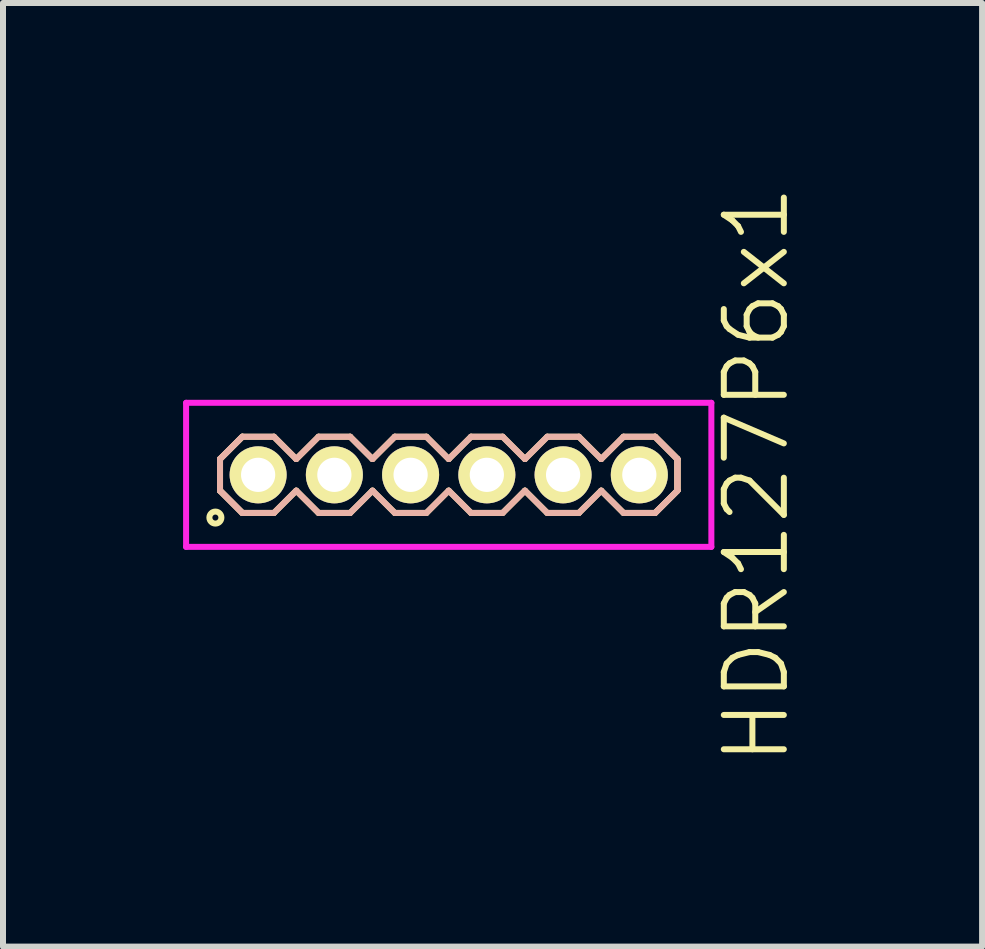
<source format=kicad_pcb>
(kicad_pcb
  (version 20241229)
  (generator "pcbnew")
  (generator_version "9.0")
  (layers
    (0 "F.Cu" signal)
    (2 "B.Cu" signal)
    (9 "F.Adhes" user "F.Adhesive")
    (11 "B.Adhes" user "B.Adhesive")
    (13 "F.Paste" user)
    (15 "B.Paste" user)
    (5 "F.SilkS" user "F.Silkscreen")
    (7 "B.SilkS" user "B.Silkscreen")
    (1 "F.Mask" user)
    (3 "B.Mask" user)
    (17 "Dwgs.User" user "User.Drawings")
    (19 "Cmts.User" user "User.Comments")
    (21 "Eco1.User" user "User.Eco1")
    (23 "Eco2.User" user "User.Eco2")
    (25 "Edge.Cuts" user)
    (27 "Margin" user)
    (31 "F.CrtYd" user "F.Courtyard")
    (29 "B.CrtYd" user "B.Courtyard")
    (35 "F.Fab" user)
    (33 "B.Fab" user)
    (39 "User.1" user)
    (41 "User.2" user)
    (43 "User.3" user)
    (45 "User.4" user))
  (footprint "HDR127P6x1"
    (layer "F.Cu")
    (at 4.425 4.86)
    (property "Reference" "HDR127P6x1" (at 5.125 0 90) (layer "F.SilkS") (effects (font (size 1 1) (thickness 0.1))))
    (attr through_hole)
    (fp_line (start -3.81 -0.263) (end -3.438 -0.635) (stroke (width 0.1) (type solid)) (layer "F.SilkS"))
    (fp_line (start -3.81 -0.263) (end -3.438 -0.635) (stroke (width 0.1) (type solid)) (layer "F.SilkS"))
    (fp_line (start -3.81 0.263) (end -3.81 -0.263) (stroke (width 0.1) (type solid)) (layer "F.SilkS"))
    (fp_line (start -3.81 0.263) (end -3.81 -0.263) (stroke (width 0.1) (type solid)) (layer "F.SilkS"))
    (fp_line (start -3.438 -0.635) (end -2.912 -0.635) (stroke (width 0.1) (type solid)) (layer "F.SilkS"))
    (fp_line (start -3.438 0.635) (end -3.81 0.263) (stroke (width 0.1) (type solid)) (layer "F.SilkS"))
    (fp_line (start -3.438 0.635) (end -3.81 0.263) (stroke (width 0.1) (type solid)) (layer "F.SilkS"))
    (fp_line (start -2.912 -0.635) (end -2.54 -0.263) (stroke (width 0.1) (type solid)) (layer "F.SilkS"))
    (fp_line (start -2.912 0.635) (end -3.438 0.635) (stroke (width 0.1) (type solid)) (layer "F.SilkS"))
    (fp_line (start -2.54 -0.263) (end -2.168 -0.635) (stroke (width 0.1) (type solid)) (layer "F.SilkS"))
    (fp_line (start -2.54 0.263) (end -2.912 0.635) (stroke (width 0.1) (type solid)) (layer "F.SilkS"))
    (fp_line (start -2.168 -0.635) (end -1.642 -0.635) (stroke (width 0.1) (type solid)) (layer "F.SilkS"))
    (fp_line (start -2.168 0.635) (end -2.54 0.263) (stroke (width 0.1) (type solid)) (layer "F.SilkS"))
    (fp_line (start -1.642 -0.635) (end -1.27 -0.263) (stroke (width 0.1) (type solid)) (layer "F.SilkS"))
    (fp_line (start -1.642 0.635) (end -2.168 0.635) (stroke (width 0.1) (type solid)) (layer "F.SilkS"))
    (fp_line (start -1.27 -0.263) (end -0.898 -0.635) (stroke (width 0.1) (type solid)) (layer "F.SilkS"))
    (fp_line (start -1.27 0.263) (end -1.642 0.635) (stroke (width 0.1) (type solid)) (layer "F.SilkS"))
    (fp_line (start -0.898 -0.635) (end -0.372 -0.635) (stroke (width 0.1) (type solid)) (layer "F.SilkS"))
    (fp_line (start -0.898 0.635) (end -1.27 0.263) (stroke (width 0.1) (type solid)) (layer "F.SilkS"))
    (fp_line (start -0.372 -0.635) (end 0 -0.263) (stroke (width 0.1) (type solid)) (layer "F.SilkS"))
    (fp_line (start -0.372 0.635) (end -0.898 0.635) (stroke (width 0.1) (type solid)) (layer "F.SilkS"))
    (fp_line (start 0 -0.263) (end 0.372 -0.635) (stroke (width 0.1) (type solid)) (layer "F.SilkS"))
    (fp_line (start 0 0.263) (end -0.372 0.635) (stroke (width 0.1) (type solid)) (layer "F.SilkS"))
    (fp_line (start 0.372 -0.635) (end 0.898 -0.635) (stroke (width 0.1) (type solid)) (layer "F.SilkS"))
    (fp_line (start 0.372 0.635) (end 0 0.263) (stroke (width 0.1) (type solid)) (layer "F.SilkS"))
    (fp_line (start 0.898 -0.635) (end 1.27 -0.263) (stroke (width 0.1) (type solid)) (layer "F.SilkS"))
    (fp_line (start 0.898 0.635) (end 0.372 0.635) (stroke (width 0.1) (type solid)) (layer "F.SilkS"))
    (fp_line (start 1.27 -0.263) (end 1.642 -0.635) (stroke (width 0.1) (type solid)) (layer "F.SilkS"))
    (fp_line (start 1.27 0.263) (end 0.898 0.635) (stroke (width 0.1) (type solid)) (layer "F.SilkS"))
    (fp_line (start 1.642 -0.635) (end 2.168 -0.635) (stroke (width 0.1) (type solid)) (layer "F.SilkS"))
    (fp_line (start 1.642 0.635) (end 1.27 0.263) (stroke (width 0.1) (type solid)) (layer "F.SilkS"))
    (fp_line (start 2.168 -0.635) (end 2.54 -0.263) (stroke (width 0.1) (type solid)) (layer "F.SilkS"))
    (fp_line (start 2.168 0.635) (end 1.642 0.635) (stroke (width 0.1) (type solid)) (layer "F.SilkS"))
    (fp_line (start 2.54 -0.263) (end 2.912 -0.635) (stroke (width 0.1) (type solid)) (layer "F.SilkS"))
    (fp_line (start 2.54 0.263) (end 2.168 0.635) (stroke (width 0.1) (type solid)) (layer "F.SilkS"))
    (fp_line (start 2.912 -0.635) (end 3.438 -0.635) (stroke (width 0.1) (type solid)) (layer "F.SilkS"))
    (fp_line (start 2.912 0.635) (end 2.54 0.263) (stroke (width 0.1) (type solid)) (layer "F.SilkS"))
    (fp_line (start 3.438 -0.635) (end 3.81 -0.263) (stroke (width 0.1) (type solid)) (layer "F.SilkS"))
    (fp_line (start 3.438 -0.635) (end 3.81 -0.263) (stroke (width 0.1) (type solid)) (layer "F.SilkS"))
    (fp_line (start 3.438 0.635) (end 2.912 0.635) (stroke (width 0.1) (type solid)) (layer "F.SilkS"))
    (fp_line (start 3.81 -0.263) (end 3.81 0.263) (stroke (width 0.1) (type solid)) (layer "F.SilkS"))
    (fp_line (start 3.81 -0.263) (end 3.81 0.263) (stroke (width 0.1) (type solid)) (layer "F.SilkS"))
    (fp_line (start 3.81 0.263) (end 3.438 0.635) (stroke (width 0.1) (type solid)) (layer "F.SilkS"))
    (fp_line (start 3.81 0.263) (end 3.438 0.635) (stroke (width 0.1) (type solid)) (layer "F.SilkS"))
    (fp_circle (center -3.887 0.712) (end -3.787 0.712) (stroke (width 0.1) (type solid)) (fill no) (layer "F.SilkS"))
    (fp_line (start -3.81 -0.263) (end -3.438 -0.635) (stroke (width 0.1) (type solid)) (layer "B.SilkS"))
    (fp_line (start -3.81 -0.263) (end -3.438 -0.635) (stroke (width 0.1) (type solid)) (layer "B.SilkS"))
    (fp_line (start -3.81 0.263) (end -3.81 -0.263) (stroke (width 0.1) (type solid)) (layer "B.SilkS"))
    (fp_line (start -3.81 0.263) (end -3.81 -0.263) (stroke (width 0.1) (type solid)) (layer "B.SilkS"))
    (fp_line (start -3.438 -0.635) (end -2.912 -0.635) (stroke (width 0.1) (type solid)) (layer "B.SilkS"))
    (fp_line (start -3.438 0.635) (end -3.81 0.263) (stroke (width 0.1) (type solid)) (layer "B.SilkS"))
    (fp_line (start -3.438 0.635) (end -3.81 0.263) (stroke (width 0.1) (type solid)) (layer "B.SilkS"))
    (fp_line (start -2.912 -0.635) (end -2.54 -0.263) (stroke (width 0.1) (type solid)) (layer "B.SilkS"))
    (fp_line (start -2.912 0.635) (end -3.438 0.635) (stroke (width 0.1) (type solid)) (layer "B.SilkS"))
    (fp_line (start -2.54 -0.263) (end -2.168 -0.635) (stroke (width 0.1) (type solid)) (layer "B.SilkS"))
    (fp_line (start -2.54 0.263) (end -2.912 0.635) (stroke (width 0.1) (type solid)) (layer "B.SilkS"))
    (fp_line (start -2.168 -0.635) (end -1.642 -0.635) (stroke (width 0.1) (type solid)) (layer "B.SilkS"))
    (fp_line (start -2.168 0.635) (end -2.54 0.263) (stroke (width 0.1) (type solid)) (layer "B.SilkS"))
    (fp_line (start -1.642 -0.635) (end -1.27 -0.263) (stroke (width 0.1) (type solid)) (layer "B.SilkS"))
    (fp_line (start -1.642 0.635) (end -2.168 0.635) (stroke (width 0.1) (type solid)) (layer "B.SilkS"))
    (fp_line (start -1.27 -0.263) (end -0.898 -0.635) (stroke (width 0.1) (type solid)) (layer "B.SilkS"))
    (fp_line (start -1.27 0.263) (end -1.642 0.635) (stroke (width 0.1) (type solid)) (layer "B.SilkS"))
    (fp_line (start -0.898 -0.635) (end -0.372 -0.635) (stroke (width 0.1) (type solid)) (layer "B.SilkS"))
    (fp_line (start -0.898 0.635) (end -1.27 0.263) (stroke (width 0.1) (type solid)) (layer "B.SilkS"))
    (fp_line (start -0.372 -0.635) (end 0 -0.263) (stroke (width 0.1) (type solid)) (layer "B.SilkS"))
    (fp_line (start -0.372 0.635) (end -0.898 0.635) (stroke (width 0.1) (type solid)) (layer "B.SilkS"))
    (fp_line (start 0 -0.263) (end 0.372 -0.635) (stroke (width 0.1) (type solid)) (layer "B.SilkS"))
    (fp_line (start 0 0.263) (end -0.372 0.635) (stroke (width 0.1) (type solid)) (layer "B.SilkS"))
    (fp_line (start 0.372 -0.635) (end 0.898 -0.635) (stroke (width 0.1) (type solid)) (layer "B.SilkS"))
    (fp_line (start 0.372 0.635) (end 0 0.263) (stroke (width 0.1) (type solid)) (layer "B.SilkS"))
    (fp_line (start 0.898 -0.635) (end 1.27 -0.263) (stroke (width 0.1) (type solid)) (layer "B.SilkS"))
    (fp_line (start 0.898 0.635) (end 0.372 0.635) (stroke (width 0.1) (type solid)) (layer "B.SilkS"))
    (fp_line (start 1.27 -0.263) (end 1.642 -0.635) (stroke (width 0.1) (type solid)) (layer "B.SilkS"))
    (fp_line (start 1.27 0.263) (end 0.898 0.635) (stroke (width 0.1) (type solid)) (layer "B.SilkS"))
    (fp_line (start 1.642 -0.635) (end 2.168 -0.635) (stroke (width 0.1) (type solid)) (layer "B.SilkS"))
    (fp_line (start 1.642 0.635) (end 1.27 0.263) (stroke (width 0.1) (type solid)) (layer "B.SilkS"))
    (fp_line (start 2.168 -0.635) (end 2.54 -0.263) (stroke (width 0.1) (type solid)) (layer "B.SilkS"))
    (fp_line (start 2.168 0.635) (end 1.642 0.635) (stroke (width 0.1) (type solid)) (layer "B.SilkS"))
    (fp_line (start 2.54 -0.263) (end 2.912 -0.635) (stroke (width 0.1) (type solid)) (layer "B.SilkS"))
    (fp_line (start 2.54 0.263) (end 2.168 0.635) (stroke (width 0.1) (type solid)) (layer "B.SilkS"))
    (fp_line (start 2.912 -0.635) (end 3.438 -0.635) (stroke (width 0.1) (type solid)) (layer "B.SilkS"))
    (fp_line (start 2.912 0.635) (end 2.54 0.263) (stroke (width 0.1) (type solid)) (layer "B.SilkS"))
    (fp_line (start 3.438 -0.635) (end 3.81 -0.263) (stroke (width 0.1) (type solid)) (layer "B.SilkS"))
    (fp_line (start 3.438 -0.635) (end 3.81 -0.263) (stroke (width 0.1) (type solid)) (layer "B.SilkS"))
    (fp_line (start 3.438 0.635) (end 2.912 0.635) (stroke (width 0.1) (type solid)) (layer "B.SilkS"))
    (fp_line (start 3.81 -0.263) (end 3.81 0.263) (stroke (width 0.1) (type solid)) (layer "B.SilkS"))
    (fp_line (start 3.81 -0.263) (end 3.81 0.263) (stroke (width 0.1) (type solid)) (layer "B.SilkS"))
    (fp_line (start 3.81 0.263) (end 3.438 0.635) (stroke (width 0.1) (type solid)) (layer "B.SilkS"))
    (fp_line (start 3.81 0.263) (end 3.438 0.635) (stroke (width 0.1) (type solid)) (layer "B.SilkS"))
    (fp_line (start -4.375 -1.2) (end -4.375 1.2) (stroke (width 0.1) (type solid)) (layer "F.CrtYd"))
    (fp_line (start -4.375 1.2) (end 4.375 1.2) (stroke (width 0.1) (type solid)) (layer "F.CrtYd"))
    (fp_line (start 4.375 -1.2) (end -4.375 -1.2) (stroke (width 0.1) (type solid)) (layer "F.CrtYd"))
    (fp_line (start 4.375 1.2) (end 4.375 -1.2) (stroke (width 0.1) (type solid)) (layer "F.CrtYd"))
    (pad "1" thru_hole oval (at -3.175 0) (size 0.95 0.95) (drill 0.57) (layers "*.Cu" "*.Mask" "F.SilkS"))
    (pad "2" thru_hole oval (at -1.905 0) (size 0.95 0.95) (drill 0.57) (layers "*.Cu" "*.Mask" "F.SilkS"))
    (pad "3" thru_hole oval (at -0.635 0) (size 0.95 0.95) (drill 0.57) (layers "*.Cu" "*.Mask" "F.SilkS"))
    (pad "4" thru_hole oval (at 0.635 0) (size 0.95 0.95) (drill 0.57) (layers "*.Cu" "*.Mask" "F.SilkS"))
    (pad "5" thru_hole oval (at 1.905 0) (size 0.95 0.95) (drill 0.57) (layers "*.Cu" "*.Mask" "F.SilkS"))
    (pad "6" thru_hole oval (at 3.175 0) (size 0.95 0.95) (drill 0.57) (layers "*.Cu" "*.Mask" "F.SilkS")))
  (gr_rect
    (start -3 -3)
    (end 13.31 12.719)
    (stroke (width 0.1) (type default))
    (fill no)
    (layer "Edge.Cuts")))
</source>
